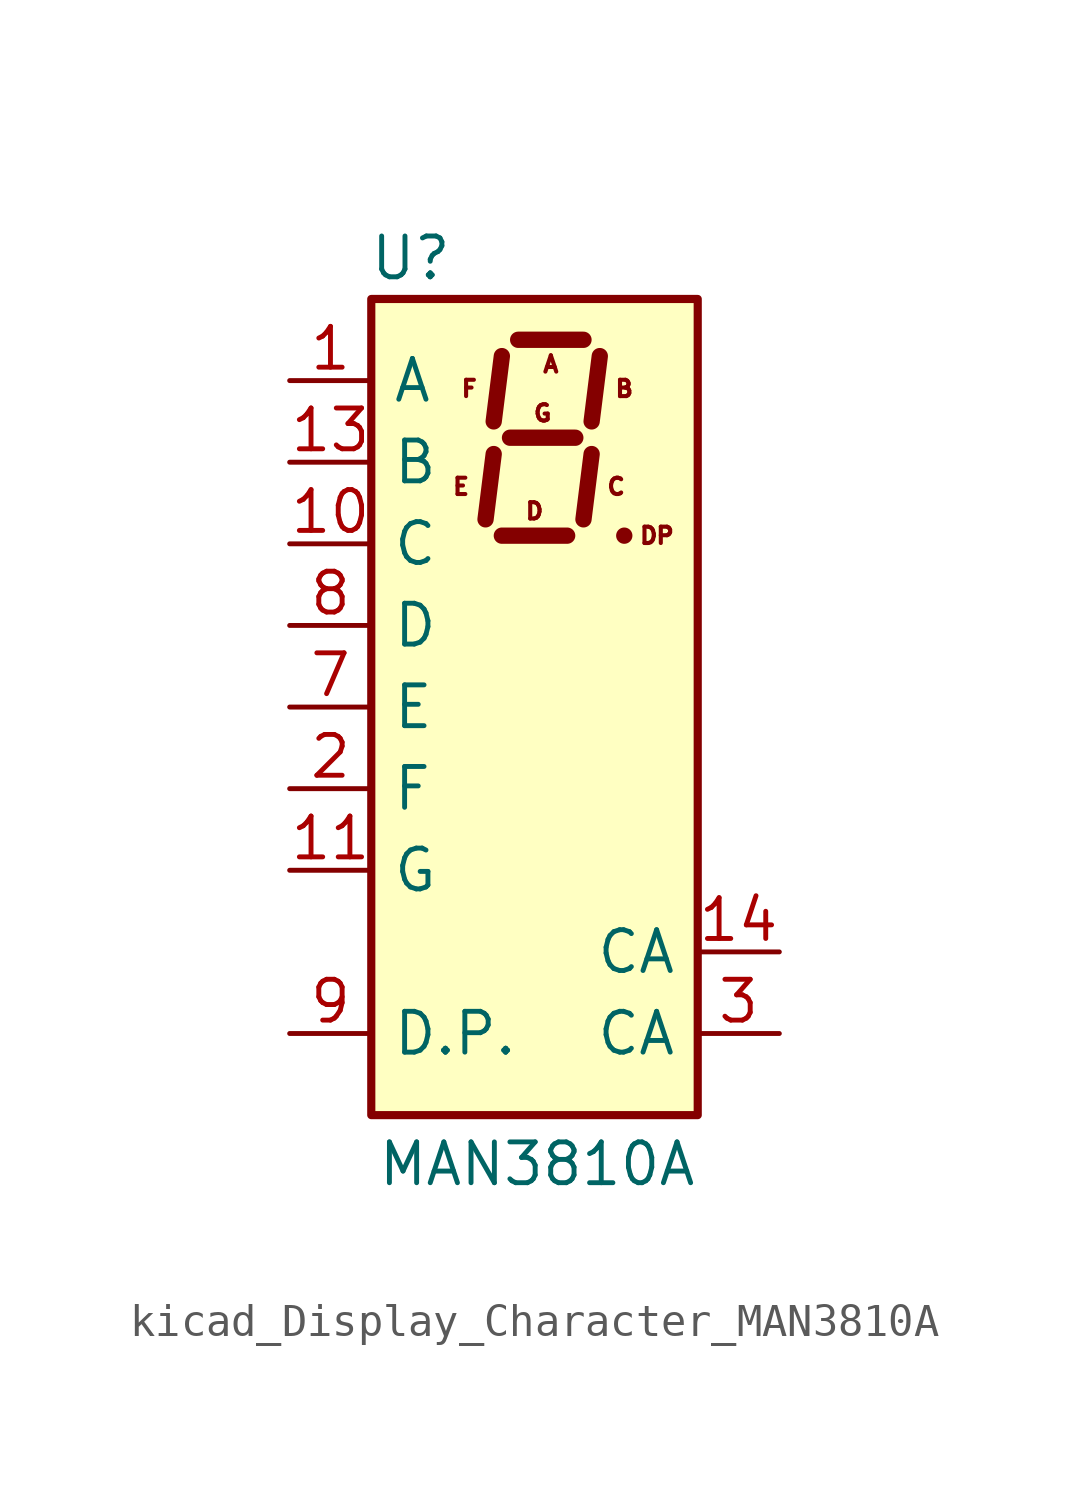
<source format=kicad_sym>
(kicad_symbol_lib
  (version 20220914)
  (generator kicad_symbol_editor)
  (symbol "kicad_Display_Character_MAN3810A"
    (pin_names
      (offset 0.635))
    (property "Reference" "U"
      (at -2.54 13.97 0)
      (effects (font (size 1.27 1.27)) (justify right)))
    (property "Value" "MAN3810A"
      (at 5.08 -14.224 0)
      (effects (font (size 1.27 1.27)) (justify right)))
    (symbol "kicad_Display_Character_MAN3810A_0_0"
      (text "A" (at 0.508 10.668 0) (effects (font (size 0.508 0.508))))
      (text "B" (at 2.794 9.906 0) (effects (font (size 0.508 0.508))))
      (text "C" (at 2.54 6.858 0) (effects (font (size 0.508 0.508))))
      (text "D" (at 0 6.096 0) (effects (font (size 0.508 0.508))))
      (text "DP" (at 3.81 5.334 0) (effects (font (size 0.508 0.508))))
      (text "E" (at -2.286 6.858 0) (effects (font (size 0.508 0.508))))
      (text "F" (at -2.032 9.906 0) (effects (font (size 0.508 0.508))))
      (text "G" (at 0.254 9.144 0) (effects (font (size 0.508 0.508)))))
    (symbol "kicad_Display_Character_MAN3810A_0_1"
      (rectangle (start -5.08 12.7) (end 5.08 -12.7) (stroke (width 0.254) (type default)) (fill (type background)))
      (polyline (pts (xy -1.27 7.874) (xy -1.524 5.842)) (stroke (width 0.508) (type default)) (fill (type none)))
      (polyline (pts (xy -1.016 5.334) (xy 1.016 5.334)) (stroke (width 0.508) (type default)) (fill (type none)))
      (polyline (pts (xy -1.016 10.922) (xy -1.27 8.89)) (stroke (width 0.508) (type default)) (fill (type none)))
      (polyline (pts (xy -0.762 8.382) (xy 1.27 8.382)) (stroke (width 0.508) (type default)) (fill (type none)))
      (polyline (pts (xy -0.508 11.43) (xy 1.524 11.43)) (stroke (width 0.508) (type default)) (fill (type none)))
      (polyline (pts (xy 1.778 7.874) (xy 1.524 5.842)) (stroke (width 0.508) (type default)) (fill (type none)))
      (polyline (pts (xy 2.032 10.922) (xy 1.778 8.89)) (stroke (width 0.508) (type default)) (fill (type none)))
      (polyline (pts (xy 2.794 5.334) (xy 2.794 5.334)) (stroke (width 0.508) (type default)) (fill (type none))))
    (symbol "kicad_Display_Character_MAN3810A_1_1"
      (pin input line (at -7.62 10.16 0) (length 2.54) (name "A" (effects (font (size 1.27 1.27)))) (number "1" (effects (font (size 1.27 1.27)))))
      (pin input line (at -7.62 5.08 0) (length 2.54) (name "C" (effects (font (size 1.27 1.27)))) (number "10" (effects (font (size 1.27 1.27)))))
      (pin input line (at -7.62 -5.08 0) (length 2.54) (name "G" (effects (font (size 1.27 1.27)))) (number "11" (effects (font (size 1.27 1.27)))))
      (pin no_connect line (at 5.08 -5.08 180) (length 2.54) hide (name "NC" (effects (font (size 1.27 1.27)))) (number "12" (effects (font (size 1.27 1.27)))))
      (pin input line (at -7.62 7.62 0) (length 2.54) (name "B" (effects (font (size 1.27 1.27)))) (number "13" (effects (font (size 1.27 1.27)))))
      (pin input line (at 7.62 -7.62 180) (length 2.54) (name "CA" (effects (font (size 1.27 1.27)))) (number "14" (effects (font (size 1.27 1.27)))))
      (pin input line (at -7.62 -2.54 0) (length 2.54) (name "F" (effects (font (size 1.27 1.27)))) (number "2" (effects (font (size 1.27 1.27)))))
      (pin input line (at 7.62 -10.16 180) (length 2.54) (name "CA" (effects (font (size 1.27 1.27)))) (number "3" (effects (font (size 1.27 1.27)))))
      (pin no_connect line (at 5.08 2.54 180) (length 2.54) hide (name "NC" (effects (font (size 1.27 1.27)))) (number "4" (effects (font (size 1.27 1.27)))))
      (pin no_connect line (at 5.08 0 180) (length 2.54) hide (name "NC" (effects (font (size 1.27 1.27)))) (number "5" (effects (font (size 1.27 1.27)))))
      (pin no_connect line (at 5.08 -2.54 180) (length 2.54) hide (name "NC" (effects (font (size 1.27 1.27)))) (number "6" (effects (font (size 1.27 1.27)))))
      (pin input line (at -7.62 0 0) (length 2.54) (name "E" (effects (font (size 1.27 1.27)))) (number "7" (effects (font (size 1.27 1.27)))))
      (pin input line (at -7.62 2.54 0) (length 2.54) (name "D" (effects (font (size 1.27 1.27)))) (number "8" (effects (font (size 1.27 1.27)))))
      (pin input line (at -7.62 -10.16 0) (length 2.54) (name "D.P." (effects (font (size 1.27 1.27)))) (number "9" (effects (font (size 1.27 1.27))))))))
</source>
